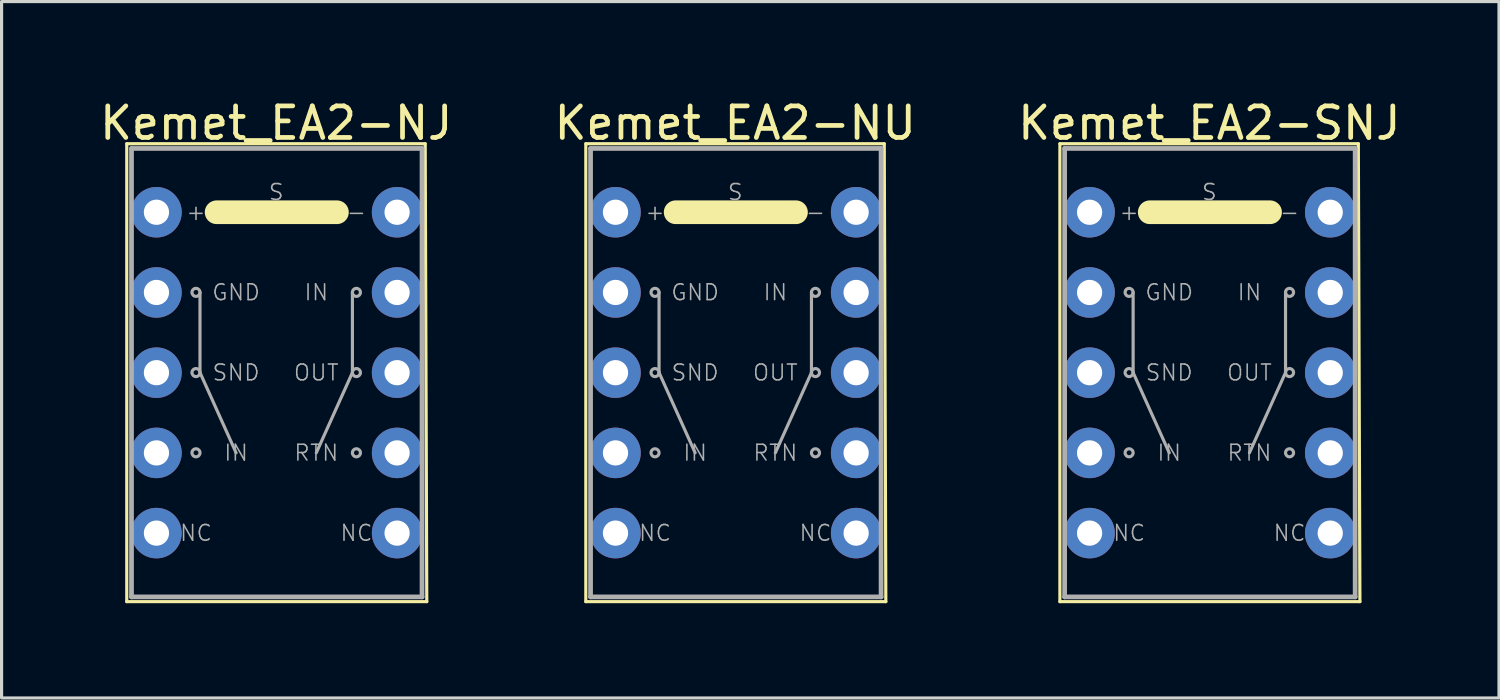
<source format=kicad_pcb>
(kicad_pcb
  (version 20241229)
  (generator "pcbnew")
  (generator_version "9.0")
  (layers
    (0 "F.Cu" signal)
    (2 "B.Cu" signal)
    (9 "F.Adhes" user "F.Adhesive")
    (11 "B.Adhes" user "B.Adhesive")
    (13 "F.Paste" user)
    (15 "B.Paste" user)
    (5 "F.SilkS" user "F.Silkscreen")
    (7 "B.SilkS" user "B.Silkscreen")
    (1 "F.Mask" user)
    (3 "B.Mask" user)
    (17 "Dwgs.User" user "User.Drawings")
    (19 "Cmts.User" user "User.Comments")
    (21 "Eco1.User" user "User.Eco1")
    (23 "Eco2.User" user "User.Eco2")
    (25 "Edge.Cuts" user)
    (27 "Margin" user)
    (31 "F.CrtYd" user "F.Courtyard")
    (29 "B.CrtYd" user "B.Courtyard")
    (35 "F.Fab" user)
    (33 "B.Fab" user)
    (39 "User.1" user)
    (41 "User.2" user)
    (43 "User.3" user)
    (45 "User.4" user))
  (footprint "Kemet_EA2-NJ"
    (layer "F.Cu")
    (at 5.696 8.748)
    (property "Reference" "Kemet_EA2-NJ" (at 0 -7.9 0) (layer "F.SilkS") (effects (font (size 1 1) (thickness 0.15))))
    (attr through_hole)
    (fp_line (start -4.732 -7.247) (end -4.732 7.253) (stroke (width 0.1) (type solid)) (layer "F.SilkS"))
    (fp_line (start 1.923 -5.077) (end -1.887 -5.077) (stroke (width 0.75) (type solid)) (layer "F.SilkS"))
    (fp_line (start 4.718 -7.247) (end -4.732 -7.247) (stroke (width 0.1) (type solid)) (layer "F.SilkS"))
    (fp_line (start 4.718 -7.247) (end 4.768 7.253) (stroke (width 0.1) (type solid)) (layer "F.SilkS"))
    (fp_line (start 4.768 7.253) (end -4.732 7.253) (stroke (width 0.1) (type solid)) (layer "F.SilkS"))
    (fp_line (start -4.582 -7.097) (end -4.582 7.103) (stroke (width 0.15) (type solid)) (layer "F.Fab"))
    (fp_line (start -4.582 7.103) (end 4.618 7.103) (stroke (width 0.15) (type solid)) (layer "F.Fab"))
    (fp_line (start -2.413 0) (end -2.413 -2.54) (stroke (width 0.1) (type solid)) (layer "F.Fab"))
    (fp_line (start -2.413 0) (end -1.27 2.54) (stroke (width 0.1) (type solid)) (layer "F.Fab"))
    (fp_line (start 2.413 0) (end 1.27 2.54) (stroke (width 0.1) (type solid)) (layer "F.Fab"))
    (fp_line (start 2.413 0) (end 2.413 -2.54) (stroke (width 0.1) (type solid)) (layer "F.Fab"))
    (fp_line (start 4.618 -7.097) (end -4.582 -7.097) (stroke (width 0.15) (type solid)) (layer "F.Fab"))
    (fp_line (start 4.618 7.103) (end 4.618 -7.097) (stroke (width 0.15) (type solid)) (layer "F.Fab"))
    (fp_circle (center -2.54 -2.54) (end -2.54 -2.413) (stroke (width 0.1) (type solid)) (fill no) (layer "F.Fab"))
    (fp_circle (center -2.54 0) (end -2.54 -0.127) (stroke (width 0.1) (type solid)) (fill no) (layer "F.Fab"))
    (fp_circle (center -2.54 2.54) (end -2.54 2.413) (stroke (width 0.1) (type solid)) (fill no) (layer "F.Fab"))
    (fp_circle (center 2.54 -2.54) (end 2.54 -2.667) (stroke (width 0.1) (type solid)) (fill no) (layer "F.Fab"))
    (fp_circle (center 2.54 0) (end 2.54 -0.127) (stroke (width 0.1) (type solid)) (fill no) (layer "F.Fab"))
    (fp_circle (center 2.54 2.54) (end 2.54 2.413) (stroke (width 0.1) (type solid)) (fill no) (layer "F.Fab"))
    (fp_text user "RTN" (at 1.27 2.54 0) (layer "F.Fab") (effects (font (size 0.5 0.5) (thickness 0.05))))
    (fp_text user "S" (at 0 -5.715 0) (layer "F.Fab") (effects (font (size 0.5 0.5) (thickness 0.05))))
    (fp_text user "+" (at -2.54 -5.08 0) (layer "F.Fab") (effects (font (size 0.5 0.5) (thickness 0.05))))
    (fp_text user "NC" (at -2.54 5.08 0) (layer "F.Fab") (effects (font (size 0.5 0.5) (thickness 0.05))))
    (fp_text user "GND" (at -1.27 -2.54 0) (layer "F.Fab") (effects (font (size 0.5 0.5) (thickness 0.05))))
    (fp_text user "-" (at 2.54 -5.08 0) (layer "F.Fab") (effects (font (size 0.5 0.5) (thickness 0.05))))
    (fp_text user "IN" (at -1.27 2.54 0) (layer "F.Fab") (effects (font (size 0.5 0.5) (thickness 0.05))))
    (fp_text user "NC" (at 2.54 5.08 0) (layer "F.Fab") (effects (font (size 0.5 0.5) (thickness 0.05))))
    (fp_text user "IN" (at 1.27 -2.54 0) (layer "F.Fab") (effects (font (size 0.5 0.5) (thickness 0.05))))
    (fp_text user "SND" (at -1.27 0 0) (layer "F.Fab") (effects (font (size 0.5 0.5) (thickness 0.05))))
    (fp_text user "OUT" (at 1.27 0 0) (layer "F.Fab") (effects (font (size 0.5 0.5) (thickness 0.05))))
    (pad "1" thru_hole circle (at -3.792 -5.077) (size 1.6 1.6) (drill 0.8) (layers "*.Cu" "*.Mask"))
    (pad "2" thru_hole circle (at -3.792 -2.537) (size 1.6 1.6) (drill 0.8) (layers "*.Cu" "*.Mask"))
    (pad "3" thru_hole circle (at -3.792 0.003) (size 1.6 1.6) (drill 0.8) (layers "*.Cu" "*.Mask"))
    (pad "4" thru_hole circle (at -3.792 2.543) (size 1.6 1.6) (drill 0.8) (layers "*.Cu" "*.Mask"))
    (pad "5" thru_hole circle (at -3.792 5.083) (size 1.6 1.6) (drill 0.8) (layers "*.Cu" "*.Mask"))
    (pad "6" thru_hole circle (at 3.828 5.083) (size 1.6 1.6) (drill 0.8) (layers "*.Cu" "*.Mask"))
    (pad "7" thru_hole circle (at 3.828 2.543) (size 1.6 1.6) (drill 0.8) (layers "*.Cu" "*.Mask"))
    (pad "8" thru_hole circle (at 3.828 0.003) (size 1.6 1.6) (drill 0.8) (layers "*.Cu" "*.Mask"))
    (pad "9" thru_hole circle (at 3.828 -2.537) (size 1.6 1.6) (drill 0.8) (layers "*.Cu" "*.Mask"))
    (pad "10" thru_hole circle (at 3.828 -5.077) (size 1.6 1.6) (drill 0.8) (layers "*.Cu" "*.Mask")))
  (footprint "Kemet_EA2-SNJ"
    (layer "F.Cu")
    (at 35.244 8.748)
    (property "Reference" "Kemet_EA2-SNJ" (at 0 -7.9 0) (layer "F.SilkS") (effects (font (size 1 1) (thickness 0.15))))
    (attr through_hole)
    (fp_line (start -4.732 -7.247) (end -4.732 7.253) (stroke (width 0.1) (type solid)) (layer "F.SilkS"))
    (fp_line (start 1.923 -5.077) (end -1.887 -5.077) (stroke (width 0.75) (type solid)) (layer "F.SilkS"))
    (fp_line (start 4.718 -7.247) (end -4.732 -7.247) (stroke (width 0.1) (type solid)) (layer "F.SilkS"))
    (fp_line (start 4.718 -7.247) (end 4.768 7.253) (stroke (width 0.1) (type solid)) (layer "F.SilkS"))
    (fp_line (start 4.768 7.253) (end -4.732 7.253) (stroke (width 0.1) (type solid)) (layer "F.SilkS"))
    (fp_line (start -4.582 -7.097) (end -4.582 7.103) (stroke (width 0.15) (type solid)) (layer "F.Fab"))
    (fp_line (start -4.582 7.103) (end 4.618 7.103) (stroke (width 0.15) (type solid)) (layer "F.Fab"))
    (fp_line (start -2.413 0) (end -2.413 -2.54) (stroke (width 0.1) (type solid)) (layer "F.Fab"))
    (fp_line (start -2.413 0) (end -1.27 2.54) (stroke (width 0.1) (type solid)) (layer "F.Fab"))
    (fp_line (start 2.413 0) (end 1.27 2.54) (stroke (width 0.1) (type solid)) (layer "F.Fab"))
    (fp_line (start 2.413 0) (end 2.413 -2.54) (stroke (width 0.1) (type solid)) (layer "F.Fab"))
    (fp_line (start 4.618 -7.097) (end -4.582 -7.097) (stroke (width 0.15) (type solid)) (layer "F.Fab"))
    (fp_line (start 4.618 7.103) (end 4.618 -7.097) (stroke (width 0.15) (type solid)) (layer "F.Fab"))
    (fp_circle (center -2.54 -2.54) (end -2.54 -2.413) (stroke (width 0.1) (type solid)) (fill no) (layer "F.Fab"))
    (fp_circle (center -2.54 0) (end -2.54 -0.127) (stroke (width 0.1) (type solid)) (fill no) (layer "F.Fab"))
    (fp_circle (center -2.54 2.54) (end -2.54 2.413) (stroke (width 0.1) (type solid)) (fill no) (layer "F.Fab"))
    (fp_circle (center 2.54 -2.54) (end 2.54 -2.667) (stroke (width 0.1) (type solid)) (fill no) (layer "F.Fab"))
    (fp_circle (center 2.54 0) (end 2.54 -0.127) (stroke (width 0.1) (type solid)) (fill no) (layer "F.Fab"))
    (fp_circle (center 2.54 2.54) (end 2.54 2.413) (stroke (width 0.1) (type solid)) (fill no) (layer "F.Fab"))
    (fp_text user "IN" (at 1.27 -2.54 0) (layer "F.Fab") (effects (font (size 0.5 0.5) (thickness 0.05))))
    (fp_text user "OUT" (at 1.27 0 0) (layer "F.Fab") (effects (font (size 0.5 0.5) (thickness 0.05))))
    (fp_text user "S" (at 0 -5.715 0) (layer "F.Fab") (effects (font (size 0.5 0.5) (thickness 0.05))))
    (fp_text user "SND" (at -1.27 0 0) (layer "F.Fab") (effects (font (size 0.5 0.5) (thickness 0.05))))
    (fp_text user "NC" (at -2.54 5.08 0) (layer "F.Fab") (effects (font (size 0.5 0.5) (thickness 0.05))))
    (fp_text user "NC" (at 2.54 5.08 0) (layer "F.Fab") (effects (font (size 0.5 0.5) (thickness 0.05))))
    (fp_text user "IN" (at -1.27 2.54 0) (layer "F.Fab") (effects (font (size 0.5 0.5) (thickness 0.05))))
    (fp_text user "RTN" (at 1.27 2.54 0) (layer "F.Fab") (effects (font (size 0.5 0.5) (thickness 0.05))))
    (fp_text user "GND" (at -1.27 -2.54 0) (layer "F.Fab") (effects (font (size 0.5 0.5) (thickness 0.05))))
    (fp_text user "-" (at 2.54 -5.08 0) (layer "F.Fab") (effects (font (size 0.5 0.5) (thickness 0.05))))
    (fp_text user "+" (at -2.54 -5.08 0) (layer "F.Fab") (effects (font (size 0.5 0.5) (thickness 0.05))))
    (pad "1" thru_hole circle (at -3.792 -5.077) (size 1.6 1.6) (drill 0.8) (layers "*.Cu" "*.Mask"))
    (pad "2" thru_hole circle (at -3.792 -2.537) (size 1.6 1.6) (drill 0.8) (layers "*.Cu" "*.Mask"))
    (pad "3" thru_hole circle (at -3.792 0.003) (size 1.6 1.6) (drill 0.8) (layers "*.Cu" "*.Mask"))
    (pad "4" thru_hole circle (at -3.792 2.543) (size 1.6 1.6) (drill 0.8) (layers "*.Cu" "*.Mask"))
    (pad "5" thru_hole circle (at -3.792 5.083) (size 1.6 1.6) (drill 0.8) (layers "*.Cu" "*.Mask"))
    (pad "6" thru_hole circle (at 3.828 5.083) (size 1.6 1.6) (drill 0.8) (layers "*.Cu" "*.Mask"))
    (pad "7" thru_hole circle (at 3.828 2.543) (size 1.6 1.6) (drill 0.8) (layers "*.Cu" "*.Mask"))
    (pad "8" thru_hole circle (at 3.828 0.003) (size 1.6 1.6) (drill 0.8) (layers "*.Cu" "*.Mask"))
    (pad "9" thru_hole circle (at 3.828 -2.537) (size 1.6 1.6) (drill 0.8) (layers "*.Cu" "*.Mask"))
    (pad "10" thru_hole circle (at 3.828 -5.077) (size 1.6 1.6) (drill 0.8) (layers "*.Cu" "*.Mask")))
  (footprint "Kemet_EA2-NU"
    (layer "F.Cu")
    (at 20.232 8.748)
    (property "Reference" "Kemet_EA2-NU" (at 0 -7.9 0) (layer "F.SilkS") (effects (font (size 1 1) (thickness 0.15))))
    (attr through_hole)
    (fp_line (start -4.732 -7.247) (end -4.732 7.253) (stroke (width 0.1) (type solid)) (layer "F.SilkS"))
    (fp_line (start 1.923 -5.077) (end -1.887 -5.077) (stroke (width 0.75) (type solid)) (layer "F.SilkS"))
    (fp_line (start 4.718 -7.247) (end -4.732 -7.247) (stroke (width 0.1) (type solid)) (layer "F.SilkS"))
    (fp_line (start 4.718 -7.247) (end 4.768 7.253) (stroke (width 0.1) (type solid)) (layer "F.SilkS"))
    (fp_line (start 4.768 7.253) (end -4.732 7.253) (stroke (width 0.1) (type solid)) (layer "F.SilkS"))
    (fp_line (start -4.582 -7.097) (end -4.582 7.103) (stroke (width 0.15) (type solid)) (layer "F.Fab"))
    (fp_line (start -4.582 7.103) (end 4.618 7.103) (stroke (width 0.15) (type solid)) (layer "F.Fab"))
    (fp_line (start -2.413 0) (end -2.413 -2.54) (stroke (width 0.1) (type solid)) (layer "F.Fab"))
    (fp_line (start -2.413 0) (end -1.27 2.54) (stroke (width 0.1) (type solid)) (layer "F.Fab"))
    (fp_line (start 2.413 0) (end 1.27 2.54) (stroke (width 0.1) (type solid)) (layer "F.Fab"))
    (fp_line (start 2.413 0) (end 2.413 -2.54) (stroke (width 0.1) (type solid)) (layer "F.Fab"))
    (fp_line (start 4.618 -7.097) (end -4.582 -7.097) (stroke (width 0.15) (type solid)) (layer "F.Fab"))
    (fp_line (start 4.618 7.103) (end 4.618 -7.097) (stroke (width 0.15) (type solid)) (layer "F.Fab"))
    (fp_circle (center -2.54 -2.54) (end -2.54 -2.413) (stroke (width 0.1) (type solid)) (fill no) (layer "F.Fab"))
    (fp_circle (center -2.54 0) (end -2.54 -0.127) (stroke (width 0.1) (type solid)) (fill no) (layer "F.Fab"))
    (fp_circle (center -2.54 2.54) (end -2.54 2.413) (stroke (width 0.1) (type solid)) (fill no) (layer "F.Fab"))
    (fp_circle (center 2.54 -2.54) (end 2.54 -2.667) (stroke (width 0.1) (type solid)) (fill no) (layer "F.Fab"))
    (fp_circle (center 2.54 0) (end 2.54 -0.127) (stroke (width 0.1) (type solid)) (fill no) (layer "F.Fab"))
    (fp_circle (center 2.54 2.54) (end 2.54 2.413) (stroke (width 0.1) (type solid)) (fill no) (layer "F.Fab"))
    (fp_text user "SND" (at -1.27 0 0) (layer "F.Fab") (effects (font (size 0.5 0.5) (thickness 0.05))))
    (fp_text user "S" (at 0 -5.715 0) (layer "F.Fab") (effects (font (size 0.5 0.5) (thickness 0.05))))
    (fp_text user "NC" (at -2.54 5.08 0) (layer "F.Fab") (effects (font (size 0.5 0.5) (thickness 0.05))))
    (fp_text user "IN" (at 1.27 -2.54 0) (layer "F.Fab") (effects (font (size 0.5 0.5) (thickness 0.05))))
    (fp_text user "+" (at -2.54 -5.08 0) (layer "F.Fab") (effects (font (size 0.5 0.5) (thickness 0.05))))
    (fp_text user "RTN" (at 1.27 2.54 0) (layer "F.Fab") (effects (font (size 0.5 0.5) (thickness 0.05))))
    (fp_text user "GND" (at -1.27 -2.54 0) (layer "F.Fab") (effects (font (size 0.5 0.5) (thickness 0.05))))
    (fp_text user "OUT" (at 1.27 0 0) (layer "F.Fab") (effects (font (size 0.5 0.5) (thickness 0.05))))
    (fp_text user "-" (at 2.54 -5.08 0) (layer "F.Fab") (effects (font (size 0.5 0.5) (thickness 0.05))))
    (fp_text user "NC" (at 2.54 5.08 0) (layer "F.Fab") (effects (font (size 0.5 0.5) (thickness 0.05))))
    (fp_text user "IN" (at -1.27 2.54 0) (layer "F.Fab") (effects (font (size 0.5 0.5) (thickness 0.05))))
    (pad "1" thru_hole circle (at -3.792 -5.077) (size 1.6 1.6) (drill 0.8) (layers "*.Cu" "*.Mask"))
    (pad "2" thru_hole circle (at -3.792 -2.537) (size 1.6 1.6) (drill 0.8) (layers "*.Cu" "*.Mask"))
    (pad "3" thru_hole circle (at -3.792 0.003) (size 1.6 1.6) (drill 0.8) (layers "*.Cu" "*.Mask"))
    (pad "4" thru_hole circle (at -3.792 2.543) (size 1.6 1.6) (drill 0.8) (layers "*.Cu" "*.Mask"))
    (pad "5" thru_hole circle (at -3.792 5.083) (size 1.6 1.6) (drill 0.8) (layers "*.Cu" "*.Mask"))
    (pad "6" thru_hole circle (at 3.828 5.083) (size 1.6 1.6) (drill 0.8) (layers "*.Cu" "*.Mask"))
    (pad "7" thru_hole circle (at 3.828 2.543) (size 1.6 1.6) (drill 0.8) (layers "*.Cu" "*.Mask"))
    (pad "8" thru_hole circle (at 3.828 0.003) (size 1.6 1.6) (drill 0.8) (layers "*.Cu" "*.Mask"))
    (pad "9" thru_hole circle (at 3.828 -2.537) (size 1.6 1.6) (drill 0.8) (layers "*.Cu" "*.Mask"))
    (pad "10" thru_hole circle (at 3.828 -5.077) (size 1.6 1.6) (drill 0.8) (layers "*.Cu" "*.Mask")))
  (gr_rect
    (start -3 -3)
    (end 44.417 19.051)
    (stroke (width 0.1) (type default))
    (fill no)
    (layer "Edge.Cuts")))
</source>
